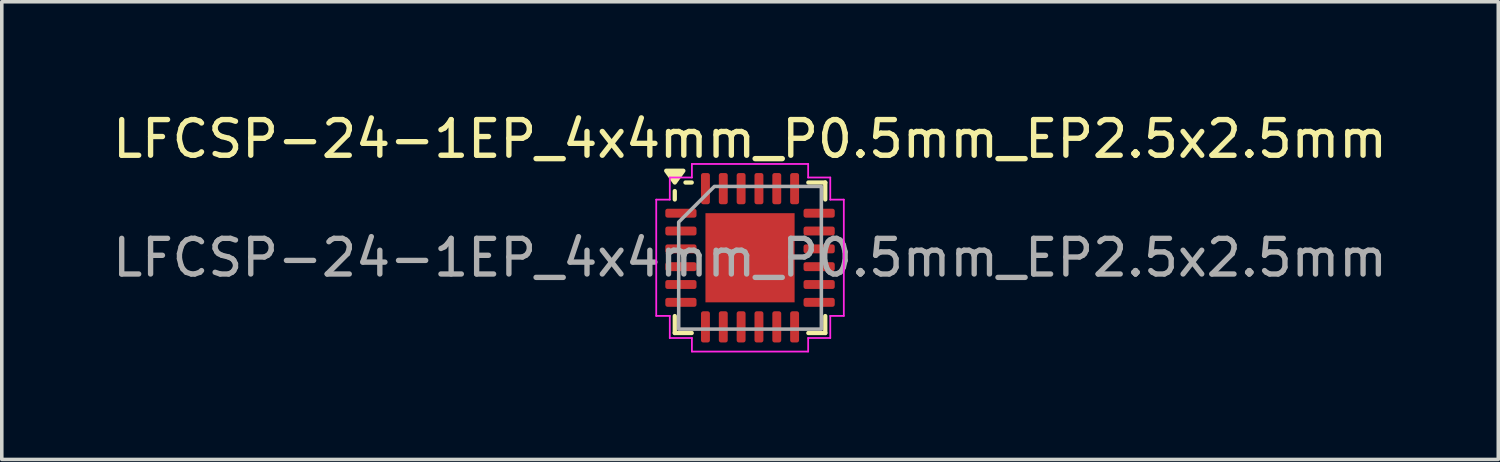
<source format=kicad_pcb>
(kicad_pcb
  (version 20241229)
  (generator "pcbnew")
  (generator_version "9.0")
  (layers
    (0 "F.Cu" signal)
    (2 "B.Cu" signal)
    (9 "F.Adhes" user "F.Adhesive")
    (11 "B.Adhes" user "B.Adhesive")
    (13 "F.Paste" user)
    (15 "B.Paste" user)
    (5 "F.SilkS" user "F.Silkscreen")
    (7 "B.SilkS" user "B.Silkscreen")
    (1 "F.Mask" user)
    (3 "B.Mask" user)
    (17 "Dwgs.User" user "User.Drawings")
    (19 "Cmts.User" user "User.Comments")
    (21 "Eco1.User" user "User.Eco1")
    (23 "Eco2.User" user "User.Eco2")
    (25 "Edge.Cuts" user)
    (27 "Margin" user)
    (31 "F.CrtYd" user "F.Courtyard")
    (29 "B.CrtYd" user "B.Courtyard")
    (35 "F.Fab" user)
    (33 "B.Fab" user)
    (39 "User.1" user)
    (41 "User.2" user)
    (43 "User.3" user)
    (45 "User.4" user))
  (footprint "LFCSP-24-1EP_4x4mm_P0.5mm_EP2.5x2.5mm"
    (layer "F.Cu")
    (at 17.982 4.178)
    (property "Reference" "LFCSP-24-1EP_4x4mm_P0.5mm_EP2.5x2.5mm" (at 0 -3.33 0) (layer "F.SilkS") (effects (font (size 1 1) (thickness 0.15))))
    (attr smd)
    (fp_line (start -2.11 -1.635) (end -2.11 -1.87) (stroke (width 0.12) (type solid)) (layer "F.SilkS"))
    (fp_line (start -2.11 2.11) (end -2.11 1.635) (stroke (width 0.12) (type solid)) (layer "F.SilkS"))
    (fp_line (start -1.635 -2.11) (end -1.81 -2.11) (stroke (width 0.12) (type solid)) (layer "F.SilkS"))
    (fp_line (start -1.635 2.11) (end -2.11 2.11) (stroke (width 0.12) (type solid)) (layer "F.SilkS"))
    (fp_line (start 1.635 -2.11) (end 2.11 -2.11) (stroke (width 0.12) (type solid)) (layer "F.SilkS"))
    (fp_line (start 1.635 2.11) (end 2.11 2.11) (stroke (width 0.12) (type solid)) (layer "F.SilkS"))
    (fp_line (start 2.11 -2.11) (end 2.11 -1.635) (stroke (width 0.12) (type solid)) (layer "F.SilkS"))
    (fp_line (start 2.11 2.11) (end 2.11 1.635) (stroke (width 0.12) (type solid)) (layer "F.SilkS"))
    (fp_poly (pts (xy -2.11 -2.11) (xy -2.35 -2.44) (xy -1.87 -2.44)) (stroke (width 0.12) (type solid)) (fill yes) (layer "F.SilkS"))
    (fp_line (start -2.63 -1.63) (end -2.25 -1.63) (stroke (width 0.05) (type solid)) (layer "F.CrtYd"))
    (fp_line (start -2.63 1.63) (end -2.63 -1.63) (stroke (width 0.05) (type solid)) (layer "F.CrtYd"))
    (fp_line (start -2.25 -2.25) (end -1.63 -2.25) (stroke (width 0.05) (type solid)) (layer "F.CrtYd"))
    (fp_line (start -2.25 -1.63) (end -2.25 -2.25) (stroke (width 0.05) (type solid)) (layer "F.CrtYd"))
    (fp_line (start -2.25 1.63) (end -2.63 1.63) (stroke (width 0.05) (type solid)) (layer "F.CrtYd"))
    (fp_line (start -2.25 2.25) (end -2.25 1.63) (stroke (width 0.05) (type solid)) (layer "F.CrtYd"))
    (fp_line (start -1.63 -2.63) (end 1.63 -2.63) (stroke (width 0.05) (type solid)) (layer "F.CrtYd"))
    (fp_line (start -1.63 -2.25) (end -1.63 -2.63) (stroke (width 0.05) (type solid)) (layer "F.CrtYd"))
    (fp_line (start -1.63 2.25) (end -2.25 2.25) (stroke (width 0.05) (type solid)) (layer "F.CrtYd"))
    (fp_line (start -1.63 2.63) (end -1.63 2.25) (stroke (width 0.05) (type solid)) (layer "F.CrtYd"))
    (fp_line (start 1.63 -2.63) (end 1.63 -2.25) (stroke (width 0.05) (type solid)) (layer "F.CrtYd"))
    (fp_line (start 1.63 -2.25) (end 2.25 -2.25) (stroke (width 0.05) (type solid)) (layer "F.CrtYd"))
    (fp_line (start 1.63 2.25) (end 1.63 2.63) (stroke (width 0.05) (type solid)) (layer "F.CrtYd"))
    (fp_line (start 1.63 2.63) (end -1.63 2.63) (stroke (width 0.05) (type solid)) (layer "F.CrtYd"))
    (fp_line (start 2.25 -2.25) (end 2.25 -1.63) (stroke (width 0.05) (type solid)) (layer "F.CrtYd"))
    (fp_line (start 2.25 -1.63) (end 2.63 -1.63) (stroke (width 0.05) (type solid)) (layer "F.CrtYd"))
    (fp_line (start 2.25 1.63) (end 2.25 2.25) (stroke (width 0.05) (type solid)) (layer "F.CrtYd"))
    (fp_line (start 2.25 2.25) (end 1.63 2.25) (stroke (width 0.05) (type solid)) (layer "F.CrtYd"))
    (fp_line (start 2.63 -1.63) (end 2.63 1.63) (stroke (width 0.05) (type solid)) (layer "F.CrtYd"))
    (fp_line (start 2.63 1.63) (end 2.25 1.63) (stroke (width 0.05) (type solid)) (layer "F.CrtYd"))
    (fp_poly (pts (xy -2 -1) (xy -2 2) (xy 2 2) (xy 2 -2) (xy -1 -2)) (stroke (width 0.1) (type solid)) (fill no) (layer "F.Fab"))
    (fp_text user "${REFERENCE}" (at 0 0 0) (layer "F.Fab") (effects (font (size 1 1) (thickness 0.15))))
    (pad "" smd roundrect (at -0.625 -0.625) (size 1.01 1.01) (layers "F.Paste") (roundrect_rratio 0.248))
    (pad "" smd roundrect (at -0.625 0.625) (size 1.01 1.01) (layers "F.Paste") (roundrect_rratio 0.248))
    (pad "" smd roundrect (at 0.625 -0.625) (size 1.01 1.01) (layers "F.Paste") (roundrect_rratio 0.248))
    (pad "" smd roundrect (at 0.625 0.625) (size 1.01 1.01) (layers "F.Paste") (roundrect_rratio 0.248))
    (pad "1" smd roundrect (at -1.938 -1.25) (size 0.875 0.25) (layers "F.Cu" "F.Mask" "F.Paste") (roundrect_rratio 0.25))
    (pad "2" smd roundrect (at -1.938 -0.75) (size 0.875 0.25) (layers "F.Cu" "F.Mask" "F.Paste") (roundrect_rratio 0.25))
    (pad "3" smd roundrect (at -1.938 -0.25) (size 0.875 0.25) (layers "F.Cu" "F.Mask" "F.Paste") (roundrect_rratio 0.25))
    (pad "4" smd roundrect (at -1.938 0.25) (size 0.875 0.25) (layers "F.Cu" "F.Mask" "F.Paste") (roundrect_rratio 0.25))
    (pad "5" smd roundrect (at -1.938 0.75) (size 0.875 0.25) (layers "F.Cu" "F.Mask" "F.Paste") (roundrect_rratio 0.25))
    (pad "6" smd roundrect (at -1.938 1.25) (size 0.875 0.25) (layers "F.Cu" "F.Mask" "F.Paste") (roundrect_rratio 0.25))
    (pad "7" smd roundrect (at -1.25 1.938) (size 0.25 0.875) (layers "F.Cu" "F.Mask" "F.Paste") (roundrect_rratio 0.25))
    (pad "8" smd roundrect (at -0.75 1.938) (size 0.25 0.875) (layers "F.Cu" "F.Mask" "F.Paste") (roundrect_rratio 0.25))
    (pad "9" smd roundrect (at -0.25 1.938) (size 0.25 0.875) (layers "F.Cu" "F.Mask" "F.Paste") (roundrect_rratio 0.25))
    (pad "10" smd roundrect (at 0.25 1.938) (size 0.25 0.875) (layers "F.Cu" "F.Mask" "F.Paste") (roundrect_rratio 0.25))
    (pad "11" smd roundrect (at 0.75 1.938) (size 0.25 0.875) (layers "F.Cu" "F.Mask" "F.Paste") (roundrect_rratio 0.25))
    (pad "12" smd roundrect (at 1.25 1.938) (size 0.25 0.875) (layers "F.Cu" "F.Mask" "F.Paste") (roundrect_rratio 0.25))
    (pad "13" smd roundrect (at 1.938 1.25) (size 0.875 0.25) (layers "F.Cu" "F.Mask" "F.Paste") (roundrect_rratio 0.25))
    (pad "14" smd roundrect (at 1.938 0.75) (size 0.875 0.25) (layers "F.Cu" "F.Mask" "F.Paste") (roundrect_rratio 0.25))
    (pad "15" smd roundrect (at 1.938 0.25) (size 0.875 0.25) (layers "F.Cu" "F.Mask" "F.Paste") (roundrect_rratio 0.25))
    (pad "16" smd roundrect (at 1.938 -0.25) (size 0.875 0.25) (layers "F.Cu" "F.Mask" "F.Paste") (roundrect_rratio 0.25))
    (pad "17" smd roundrect (at 1.938 -0.75) (size 0.875 0.25) (layers "F.Cu" "F.Mask" "F.Paste") (roundrect_rratio 0.25))
    (pad "18" smd roundrect (at 1.938 -1.25) (size 0.875 0.25) (layers "F.Cu" "F.Mask" "F.Paste") (roundrect_rratio 0.25))
    (pad "19" smd roundrect (at 1.25 -1.938) (size 0.25 0.875) (layers "F.Cu" "F.Mask" "F.Paste") (roundrect_rratio 0.25))
    (pad "20" smd roundrect (at 0.75 -1.938) (size 0.25 0.875) (layers "F.Cu" "F.Mask" "F.Paste") (roundrect_rratio 0.25))
    (pad "21" smd roundrect (at 0.25 -1.938) (size 0.25 0.875) (layers "F.Cu" "F.Mask" "F.Paste") (roundrect_rratio 0.25))
    (pad "22" smd roundrect (at -0.25 -1.938) (size 0.25 0.875) (layers "F.Cu" "F.Mask" "F.Paste") (roundrect_rratio 0.25))
    (pad "23" smd roundrect (at -0.75 -1.938) (size 0.25 0.875) (layers "F.Cu" "F.Mask" "F.Paste") (roundrect_rratio 0.25))
    (pad "24" smd roundrect (at -1.25 -1.938) (size 0.25 0.875) (layers "F.Cu" "F.Mask" "F.Paste") (roundrect_rratio 0.25))
    (pad "25" smd rect (at 0 0) (size 2.5 2.5) (property pad_prop_heatsink) (layers "F.Cu" "F.Mask")))
  (gr_rect
    (start -3 -3)
    (end 38.964 9.833)
    (stroke (width 0.1) (type default))
    (fill no)
    (layer "Edge.Cuts")))
</source>
